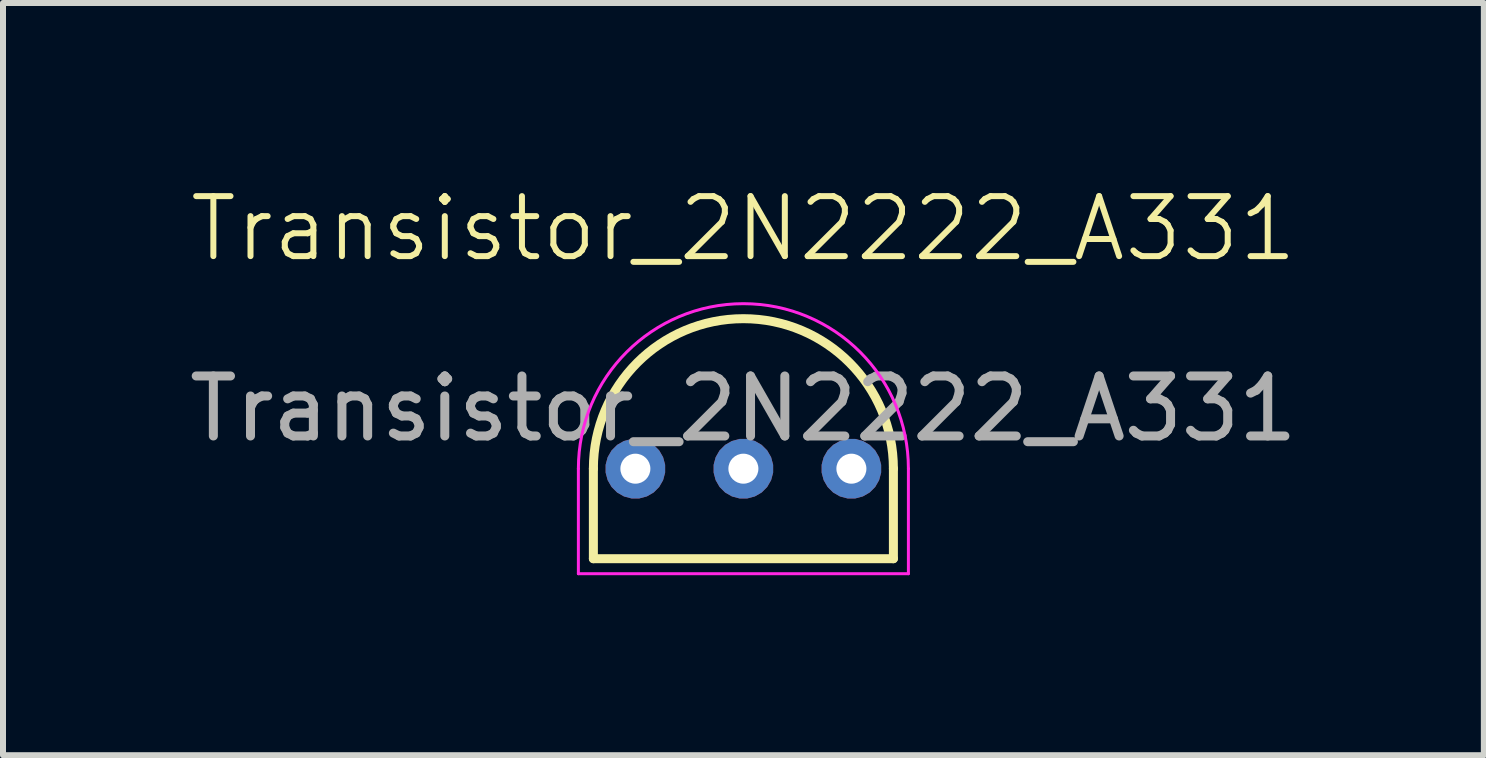
<source format=kicad_pcb>
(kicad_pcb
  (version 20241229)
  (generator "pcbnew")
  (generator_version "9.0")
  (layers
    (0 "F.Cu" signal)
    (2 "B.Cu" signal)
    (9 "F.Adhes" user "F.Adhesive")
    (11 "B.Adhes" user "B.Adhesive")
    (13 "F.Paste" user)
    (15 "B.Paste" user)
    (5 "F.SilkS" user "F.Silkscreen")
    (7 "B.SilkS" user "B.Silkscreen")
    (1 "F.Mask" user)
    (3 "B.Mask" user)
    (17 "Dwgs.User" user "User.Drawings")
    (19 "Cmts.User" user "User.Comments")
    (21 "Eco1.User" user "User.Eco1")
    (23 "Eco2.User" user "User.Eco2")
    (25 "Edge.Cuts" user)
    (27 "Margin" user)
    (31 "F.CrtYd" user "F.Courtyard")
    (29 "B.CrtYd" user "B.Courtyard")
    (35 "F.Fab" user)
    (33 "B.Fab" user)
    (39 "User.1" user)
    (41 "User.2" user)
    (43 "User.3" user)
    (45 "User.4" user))
  (footprint "Transistor_2N2222_A331"
    (layer "F.Cu")
    (at 9.339 4.761)
    (property "Reference" "Transistor_2N2222_A331" (at 0 -4 0) (unlocked yes) (layer "F.SilkS") (effects (font (size 1 1) (thickness 0.1))))
    (attr smd)
    (fp_line (start -2.5 0) (end -2.5 1.5) (stroke (width 0.15) (type solid)) (layer "F.SilkS"))
    (fp_line (start -2.5 1.5) (end 2.5 1.5) (stroke (width 0.15) (type solid)) (layer "F.SilkS"))
    (fp_line (start 2.5 1.5) (end 2.5 0) (stroke (width 0.15) (type solid)) (layer "F.SilkS"))
    (fp_arc (start -2.5 0) (mid 0 -2.5) (end 2.5 0) (stroke (width 0.15) (type solid)) (layer "F.SilkS"))
    (fp_line (start -2.75 0) (end -2.75 1.75) (stroke (width 0.05) (type default)) (layer "F.CrtYd"))
    (fp_line (start -2.75 1.75) (end 2.75 1.75) (stroke (width 0.05) (type default)) (layer "F.CrtYd"))
    (fp_line (start 2.75 1.75) (end 2.75 0) (stroke (width 0.05) (type default)) (layer "F.CrtYd"))
    (fp_arc (start -2.75 0) (mid 0 -2.75) (end 2.75 0) (stroke (width 0.05) (type default)) (layer "F.CrtYd"))
    (fp_text user "${REFERENCE}" (at 0 -1 0) (unlocked yes) (layer "F.Fab") (effects (font (size 1 1) (thickness 0.15))))
    (pad "1" thru_hole custom (at -1.8 0) (size 1 1) (drill 0.5) (layers "*.Cu" "*.Mask") (options (anchor circle)) (primitives))
    (pad "2" thru_hole custom (at 0 0) (size 1 1) (drill 0.5) (layers "*.Cu" "*.Mask") (options (anchor circle)) (primitives))
    (pad "3" thru_hole custom (at 1.8 0) (size 1 1) (drill 0.5) (layers "*.Cu" "*.Mask") (options (anchor circle)) (primitives)))
  (gr_rect
    (start -3 -3)
    (end 21.679 9.536)
    (stroke (width 0.1) (type default))
    (fill no)
    (layer "Edge.Cuts")))
</source>
